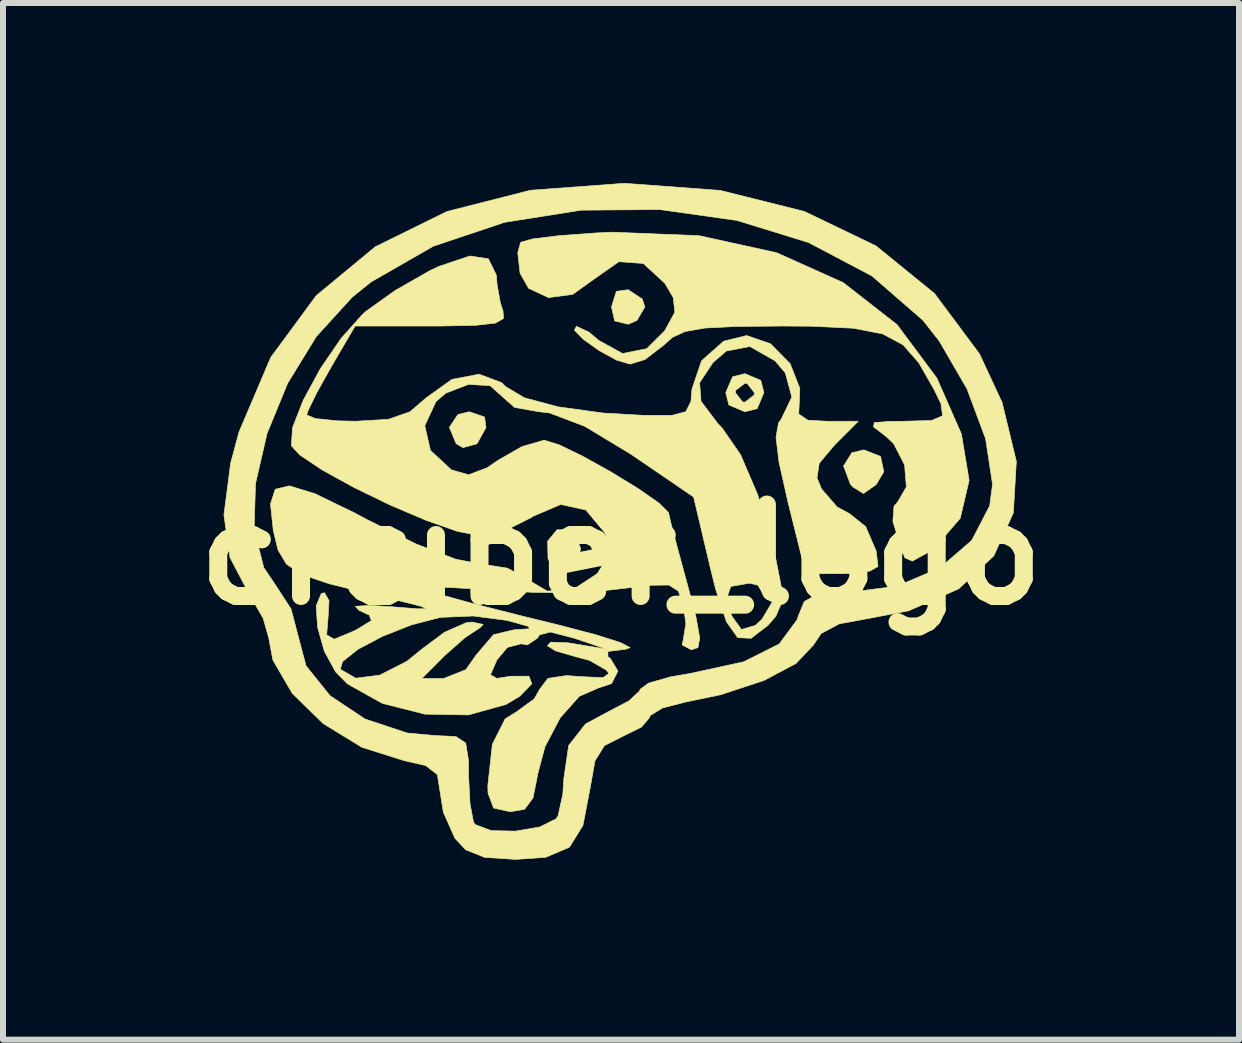
<source format=kicad_pcb>
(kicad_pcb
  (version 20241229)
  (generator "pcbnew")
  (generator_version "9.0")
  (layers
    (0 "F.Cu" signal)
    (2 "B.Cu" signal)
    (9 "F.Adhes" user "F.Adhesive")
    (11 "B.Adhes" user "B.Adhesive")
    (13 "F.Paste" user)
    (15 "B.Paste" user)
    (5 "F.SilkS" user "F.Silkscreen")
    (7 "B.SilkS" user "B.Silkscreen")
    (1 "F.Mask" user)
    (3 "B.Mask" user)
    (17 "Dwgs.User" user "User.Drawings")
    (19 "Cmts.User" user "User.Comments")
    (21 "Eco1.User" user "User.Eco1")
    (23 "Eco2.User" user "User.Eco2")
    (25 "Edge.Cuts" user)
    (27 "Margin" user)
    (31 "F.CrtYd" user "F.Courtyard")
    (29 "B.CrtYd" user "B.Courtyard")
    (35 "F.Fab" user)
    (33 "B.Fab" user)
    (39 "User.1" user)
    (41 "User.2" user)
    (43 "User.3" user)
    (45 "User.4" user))
  (footprint "crciber_logo"
    (layer "F.Cu")
    (at 7.301 6.194)
    (property "Reference" "crciber_logo" (at 0 0 0) (layer "F.SilkS") (effects (font (size 1.524 1.524) (thickness 0.3))))
    (attr through_hole)
    (fp_poly (pts (xy -2.274 -2.293) (xy -2.251 -2.117) (xy -2.401 -1.847) (xy -2.636 -1.783) (xy -2.748 -1.849) (xy -2.861 -2.121) (xy -2.719 -2.335) (xy -2.528 -2.381) (xy -2.274 -2.293)) (stroke (width 0.01) (type solid)) (fill yes) (layer "F.SilkS"))
    (fp_poly (pts (xy 0.355 -4.258) (xy 0.397 -4.128) (xy 0.265 -3.903) (xy 0.119 -3.84) (xy -0.106 -3.895) (xy -0.159 -4.128) (xy -0.078 -4.388) (xy 0.119 -4.415) (xy 0.355 -4.258)) (stroke (width 0.01) (type solid)) (fill yes) (layer "F.SilkS"))
    (fp_poly (pts (xy 4.326 -1.636) (xy 4.38 -1.381) (xy 4.252 -1.167) (xy 4.041 -1.018) (xy 3.863 -1.128) (xy 3.822 -1.176) (xy 3.709 -1.478) (xy 3.848 -1.698) (xy 4.048 -1.746) (xy 4.326 -1.636)) (stroke (width 0.01) (type solid)) (fill yes) (layer "F.SilkS"))
    (fp_poly (pts (xy -0.838 -0.411) (xy -0.773 -0.36) (xy -0.672 -0.099) (xy -0.742 0.179) (xy -0.94 0.317) (xy -0.953 0.318) (xy -1.149 0.19) (xy -1.217 0.069) (xy -1.223 -0.225) (xy -1.066 -0.415) (xy -0.838 -0.411)) (stroke (width 0.01) (type solid)) (fill yes) (layer "F.SilkS"))
    (fp_poly (pts (xy 2.329 -2.904) (xy 2.381 -2.699) (xy 2.269 -2.433) (xy 2.064 -2.381) (xy 1.798 -2.494) (xy 1.746 -2.699) (xy 1.905 -2.699) (xy 2.026 -2.545) (xy 2.064 -2.54) (xy 2.218 -2.661) (xy 2.223 -2.699) (xy 2.102 -2.853) (xy 2.064 -2.857) (xy 1.91 -2.737) (xy 1.905 -2.699) (xy 1.746 -2.699) (xy 1.859 -2.964) (xy 2.064 -3.016) (xy 2.329 -2.904)) (stroke (width 0.01) (type solid)) (fill yes) (layer "F.SilkS"))
    (fp_poly (pts (xy 1.301 -5.316) (xy 2.593 -5.032) (xy 3.702 -4.534) (xy 4.601 -3.833) (xy 5.264 -2.942) (xy 5.267 -2.936) (xy 5.673 -2.011) (xy 5.802 -1.237) (xy 5.654 -0.606) (xy 5.228 -0.113) (xy 5.122 -0.038) (xy 4.855 0.108) (xy 4.731 0.053) (xy 4.685 -0.061) (xy 4.567 -0.435) (xy 4.531 -0.551) (xy 4.55 -0.809) (xy 4.611 -0.877) (xy 4.756 -1.128) (xy 4.726 -1.495) (xy 4.545 -1.848) (xy 4.41 -1.975) (xy 4.208 -2.13) (xy 4.221 -2.201) (xy 4.491 -2.221) (xy 4.727 -2.223) (xy 5.176 -2.236) (xy 5.36 -2.315) (xy 5.332 -2.516) (xy 5.219 -2.749) (xy 4.964 -3.196) (xy 4.701 -3.496) (xy 4.36 -3.679) (xy 3.874 -3.773) (xy 3.175 -3.807) (xy 2.696 -3.81) (xy 1.925 -3.803) (xy 1.405 -3.777) (xy 1.071 -3.719) (xy 0.856 -3.621) (xy 0.714 -3.493) (xy 0.4 -3.252) (xy 0.152 -3.175) (xy -0.073 -3.241) (xy -0.361 -3.398) (xy -0.625 -3.586) (xy -0.778 -3.742) (xy -0.743 -3.805) (xy -0.536 -3.709) (xy -0.374 -3.572) (xy 0.024 -3.352) (xy 0.428 -3.432) (xy 0.729 -3.731) (xy 0.897 -4.041) (xy 0.87 -4.286) (xy 0.729 -4.524) (xy 0.371 -4.853) (xy -0.037 -4.882) (xy -0.432 -4.605) (xy -0.434 -4.604) (xy -0.806 -4.337) (xy -1.209 -4.284) (xy -1.541 -4.439) (xy -1.683 -4.691) (xy -1.721 -5.032) (xy -1.673 -5.206) (xy -1.474 -5.262) (xy -1.036 -5.316) (xy -0.439 -5.36) (xy -0.147 -5.374) (xy 1.301 -5.316)) (stroke (width 0.01) (type solid)) (fill yes) (layer "F.SilkS"))
    (fp_poly (pts (xy 1.655 -6.07) (xy 3.056 -5.72) (xy 4.249 -5.146) (xy 5.225 -4.352) (xy 5.975 -3.345) (xy 6.351 -2.537) (xy 6.589 -1.556) (xy 6.539 -0.696) (xy 6.214 0.02) (xy 5.628 0.571) (xy 4.794 0.936) (xy 4.159 1.058) (xy 3.635 1.154) (xy 3.336 1.315) (xy 3.203 1.511) (xy 2.917 1.814) (xy 2.382 2.098) (xy 1.662 2.335) (xy 1.072 2.458) (xy 0.689 2.557) (xy 0.486 2.683) (xy 0.476 2.714) (xy 0.343 2.873) (xy 0.022 3.032) (xy 0.02 3.033) (xy -0.277 3.184) (xy -0.434 3.436) (xy -0.516 3.897) (xy -0.516 3.898) (xy -0.635 4.515) (xy -0.86 4.877) (xy -1.255 5.045) (xy -1.757 5.08) (xy -2.275 5.046) (xy -2.59 4.919) (xy -2.769 4.727) (xy -2.962 4.293) (xy -3.016 3.954) (xy -3.061 3.667) (xy -3.256 3.516) (xy -3.612 3.435) (xy -4.318 3.212) (xy -4.965 2.816) (xy -5.482 2.31) (xy -5.803 1.757) (xy -5.873 1.383) (xy -5.964 1.063) (xy -6.184 0.679) (xy -6.196 0.663) (xy -6.517 0.05) (xy -6.584 -0.419) (xy -6.116 -0.419) (xy -5.955 0.215) (xy -5.755 0.513) (xy -5.5 0.906) (xy -5.397 1.299) (xy -5.25 1.854) (xy -4.851 2.351) (xy -4.267 2.74) (xy -3.565 2.973) (xy -3.101 3.016) (xy -2.752 3.032) (xy -2.589 3.14) (xy -2.543 3.426) (xy -2.54 3.704) (xy -2.517 4.15) (xy -2.461 4.449) (xy -2.434 4.498) (xy -2.166 4.6) (xy -1.76 4.609) (xy -1.354 4.539) (xy -1.083 4.404) (xy -1.049 4.353) (xy -0.97 3.991) (xy -0.953 3.731) (xy -0.873 3.182) (xy -0.592 2.823) (xy -0.219 2.622) (xy 0.133 2.437) (xy 0.312 2.27) (xy 0.318 2.245) (xy 0.46 2.141) (xy 0.827 2.037) (xy 1.151 1.981) (xy 2.043 1.787) (xy 2.637 1.489) (xy 2.936 1.084) (xy 2.952 1.029) (xy 3.055 0.781) (xy 3.265 0.666) (xy 3.679 0.635) (xy 3.753 0.635) (xy 4.599 0.526) (xy 5.314 0.222) (xy 5.846 -0.237) (xy 6.145 -0.815) (xy 6.192 -1.172) (xy 6.077 -1.929) (xy 5.766 -2.763) (xy 5.307 -3.555) (xy 5.032 -3.906) (xy 4.181 -4.645) (xy 3.127 -5.201) (xy 1.93 -5.57) (xy 0.648 -5.751) (xy -0.662 -5.741) (xy -1.939 -5.539) (xy -3.127 -5.141) (xy -4.166 -4.545) (xy -4.482 -4.29) (xy -5.078 -3.636) (xy -5.556 -2.857) (xy -5.9 -2.019) (xy -6.092 -1.185) (xy -6.116 -0.419) (xy -6.584 -0.419) (xy -6.619 -0.66) (xy -6.507 -1.524) (xy -6.368 -2.042) (xy -5.839 -3.286) (xy -5.079 -4.318) (xy -4.097 -5.13) (xy -2.904 -5.718) (xy -1.51 -6.073) (xy 0.056 -6.189) (xy 1.655 -6.07)) (stroke (width 0.01) (type solid)) (fill yes) (layer "F.SilkS"))
    (fp_poly (pts (xy -2.211 -4.931) (xy -2.077 -4.656) (xy -2.066 -4.498) (xy -2.01 -4.19) (xy -1.967 -4.061) (xy -1.959 -3.936) (xy -2.091 -3.86) (xy -2.417 -3.822) (xy -2.993 -3.81) (xy -3.151 -3.81) (xy -4.432 -3.81) (xy -4.835 -3.121) (xy -5.067 -2.706) (xy -5.213 -2.408) (xy -5.239 -2.328) (xy -5.096 -2.268) (xy -4.729 -2.23) (xy -4.424 -2.223) (xy -3.878 -2.255) (xy -3.518 -2.381) (xy -3.24 -2.619) (xy -2.817 -2.921) (xy -2.365 -3.007) (xy -1.987 -2.865) (xy -1.922 -2.799) (xy -1.611 -2.614) (xy -1.048 -2.463) (xy -0.3 -2.36) (xy 0.382 -2.321) (xy 0.847 -2.321) (xy 1.08 -2.382) (xy 1.165 -2.551) (xy 1.182 -2.756) (xy 1.342 -3.231) (xy 1.711 -3.558) (xy 2.094 -3.651) (xy 2.49 -3.515) (xy 2.818 -3.183) (xy 2.98 -2.772) (xy 2.974 -2.604) (xy 2.962 -2.344) (xy 3.115 -2.24) (xy 3.428 -2.223) (xy 3.954 -2.223) (xy 3.559 -1.827) (xy 3.303 -1.522) (xy 3.266 -1.278) (xy 3.343 -1.093) (xy 3.6 -0.796) (xy 3.811 -0.681) (xy 4.077 -0.467) (xy 4.252 -0.061) (xy 4.284 0.198) (xy 4.145 0.275) (xy 3.797 0.315) (xy 3.683 0.318) (xy 3.08 0.318) (xy 2.782 -0.877) (xy 2.634 -1.536) (xy 2.583 -1.955) (xy 2.625 -2.195) (xy 2.671 -2.258) (xy 2.847 -2.626) (xy 2.738 -3.029) (xy 2.567 -3.23) (xy 2.147 -3.469) (xy 1.755 -3.393) (xy 1.533 -3.202) (xy 1.31 -2.866) (xy 1.333 -2.556) (xy 1.614 -2.183) (xy 1.684 -2.112) (xy 1.992 -1.666) (xy 2.278 -0.999) (xy 2.398 -0.613) (xy 2.58 0.072) (xy 2.669 0.526) (xy 2.669 0.821) (xy 2.58 1.029) (xy 2.449 1.179) (xy 2.167 1.395) (xy 1.945 1.384) (xy 1.757 1.119) (xy 1.629 0.733) (xy 1.759 0.733) (xy 1.843 1.019) (xy 2.007 1.248) (xy 2.238 1.18) (xy 2.349 1.079) (xy 2.532 0.77) (xy 2.435 0.548) (xy 2.143 0.476) (xy 1.83 0.53) (xy 1.759 0.733) (xy 1.629 0.733) (xy 1.577 0.576) (xy 1.492 0.235) (xy 1.21 -0.96) (xy 0.169 -1.671) (xy -0.603 -2.138) (xy -1.19 -2.361) (xy -1.372 -2.382) (xy -1.776 -2.454) (xy -1.962 -2.619) (xy -2.182 -2.816) (xy -2.542 -2.837) (xy -2.921 -2.691) (xy -3.085 -2.551) (xy -3.271 -2.148) (xy -3.177 -1.737) (xy -2.828 -1.413) (xy -2.54 -1.331) (xy -2.231 -1.448) (xy -2.051 -1.572) (xy -1.651 -1.801) (xy -1.293 -1.904) (xy -1.274 -1.905) (xy -1.031 -1.83) (xy -0.634 -1.638) (xy -0.167 -1.378) (xy 0.282 -1.103) (xy 0.63 -0.861) (xy 0.791 -0.702) (xy 0.794 -0.69) (xy 0.833 -0.519) (xy 0.937 -0.125) (xy 1.083 0.413) (xy 1.101 0.478) (xy 1.253 1.056) (xy 1.312 1.393) (xy 1.282 1.55) (xy 1.171 1.587) (xy 1.018 1.504) (xy 1.037 1.42) (xy 1.081 1.15) (xy 1.04 0.849) (xy 0.955 0.608) (xy 0.797 0.507) (xy 0.472 0.511) (xy 0.192 0.546) (xy -0.364 0.61) (xy -0.888 0.637) (xy -1.486 0.628) (xy -2.265 0.585) (xy -2.54 0.566) (xy -2.982 0.54) (xy -3.214 0.545) (xy -3.216 0.589) (xy -2.972 0.677) (xy -2.465 0.817) (xy -1.676 1.017) (xy -1.032 1.175) (xy -0.418 1.336) (xy -0.011 1.465) (xy 0.152 1.55) (xy 0.079 1.577) (xy -0.219 1.614) (xy -0.218 1.703) (xy -0.178 1.731) (xy -0.052 1.941) (xy -0.157 2.149) (xy -0.379 2.223) (xy -0.696 2.362) (xy -1.014 2.72) (xy -1.268 3.203) (xy -1.383 3.636) (xy -1.467 4.056) (xy -1.608 4.245) (xy -1.847 4.286) (xy -2.124 4.224) (xy -2.217 3.976) (xy -2.22 3.85) (xy -2.145 3.162) (xy -1.931 2.738) (xy -1.737 2.617) (xy -1.446 2.404) (xy -1.357 2.246) (xy -1.219 2.063) (xy -0.91 2.016) (xy -0.674 2.034) (xy -0.297 2.05) (xy -0.204 1.981) (xy -0.242 1.927) (xy -0.523 1.764) (xy -0.753 1.702) (xy -1.087 1.606) (xy -1.226 1.52) (xy -1.174 1.459) (xy -0.891 1.469) (xy -0.794 1.484) (xy -0.238 1.576) (xy -0.783 1.392) (xy -1.178 1.29) (xy -1.362 1.339) (xy -1.389 1.388) (xy -1.561 1.505) (xy -1.665 1.487) (xy -1.894 1.546) (xy -2.069 1.756) (xy -2.176 2.003) (xy -2.07 2.063) (xy -1.837 2.027) (xy -1.535 2.026) (xy -1.487 2.153) (xy -1.684 2.358) (xy -1.918 2.498) (xy -2.545 2.672) (xy -3.27 2.659) (xy -3.98 2.479) (xy -4.56 2.154) (xy -4.755 1.957) (xy -4.781 1.911) (xy -4.679 1.911) (xy -4.421 2.06) (xy -4.022 2.009) (xy -3.568 1.777) (xy -3.334 1.587) (xy -2.942 1.294) (xy -2.578 1.134) (xy -2.484 1.124) (xy -2.298 1.163) (xy -2.351 1.219) (xy -2.601 1.384) (xy -2.924 1.669) (xy -2.939 1.683) (xy -3.319 2.064) (xy -2.955 2.064) (xy -2.585 1.917) (xy -2.41 1.667) (xy -2.125 1.335) (xy -1.789 1.254) (xy -1.529 1.236) (xy -1.54 1.197) (xy -1.84 1.112) (xy -1.905 1.096) (xy -2.463 1.023) (xy -3.009 1.046) (xy -3.489 1.17) (xy -3.976 1.362) (xy -4.387 1.58) (xy -4.643 1.784) (xy -4.679 1.911) (xy -4.781 1.911) (xy -4.945 1.611) (xy -5.058 1.209) (xy -5.081 0.854) (xy -4.997 0.651) (xy -4.943 0.635) (xy -4.867 0.767) (xy -4.882 1.032) (xy -4.906 1.337) (xy -4.78 1.41) (xy -4.453 1.274) (xy -4.398 1.245) (xy -4.161 1.1) (xy -4.196 1.008) (xy -4.369 0.928) (xy -4.428 0.862) (xy -4.191 0.846) (xy -3.81 0.87) (xy -3.401 0.903) (xy -3.237 0.903) (xy -3.334 0.861) (xy -3.711 0.766) (xy -4.173 0.657) (xy -4.868 0.485) (xy -5.315 0.333) (xy -5.576 0.159) (xy -5.717 -0.077) (xy -5.796 -0.402) (xy -5.843 -0.843) (xy -5.764 -1.089) (xy -5.527 -1.146) (xy -5.101 -1.015) (xy -4.453 -0.701) (xy -4.224 -0.579) (xy -3.411 -0.175) (xy -2.754 0.077) (xy -2.323 0.159) (xy -1.896 0.225) (xy -1.597 0.386) (xy -1.588 0.397) (xy -1.231 0.608) (xy -0.794 0.579) (xy -0.396 0.317) (xy -0.203 0.007) (xy -0.255 -0.321) (xy -0.279 -0.375) (xy -0.586 -0.744) (xy -1.004 -0.836) (xy -1.467 -0.639) (xy -1.492 -0.62) (xy -1.939 -0.396) (xy -2.37 -0.318) (xy -2.725 -0.387) (xy -3.243 -0.569) (xy -3.845 -0.825) (xy -4.451 -1.119) (xy -4.981 -1.411) (xy -5.358 -1.664) (xy -5.495 -1.815) (xy -5.475 -2.115) (xy -5.298 -2.571) (xy -5.013 -3.096) (xy -4.667 -3.602) (xy -4.309 -4.004) (xy -4.254 -4.053) (xy -3.763 -4.404) (xy -3.187 -4.732) (xy -3.036 -4.804) (xy -2.52 -4.977) (xy -2.211 -4.931)) (stroke (width 0.01) (type solid)) (fill yes) (layer "F.SilkS")))
  (gr_rect
    (start -3 -3)
    (end 17.601 14.279)
    (stroke (width 0.1) (type default))
    (fill no)
    (layer "Edge.Cuts")))
</source>
